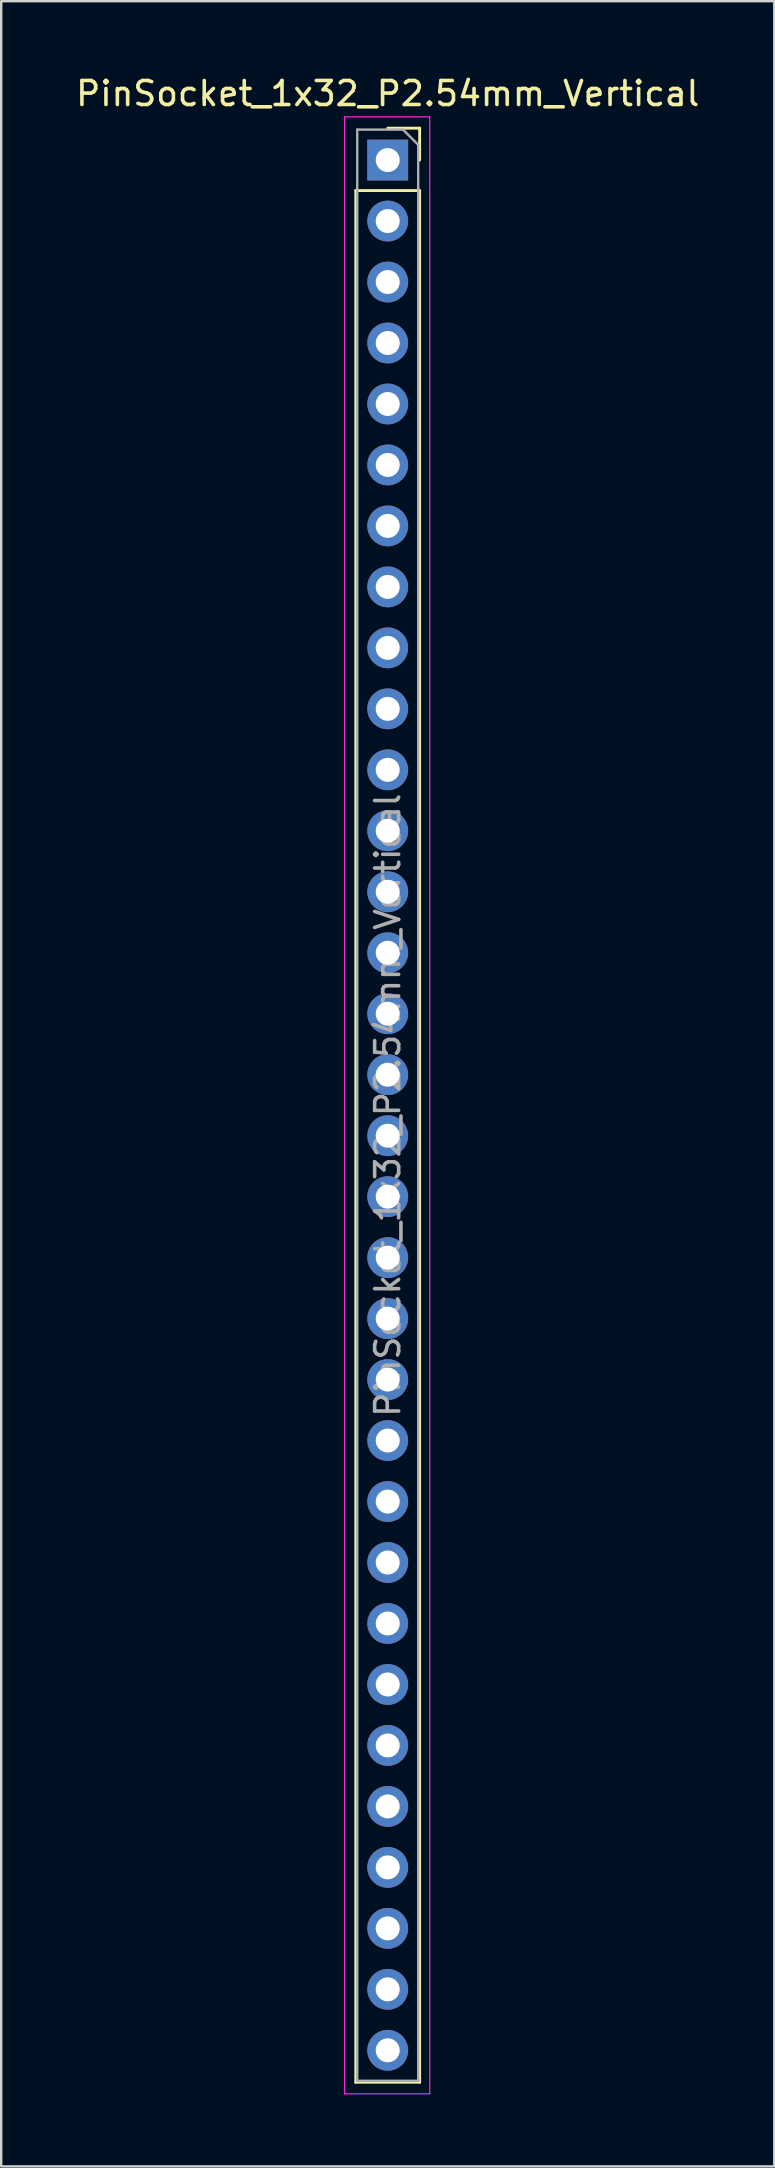
<source format=kicad_pcb>
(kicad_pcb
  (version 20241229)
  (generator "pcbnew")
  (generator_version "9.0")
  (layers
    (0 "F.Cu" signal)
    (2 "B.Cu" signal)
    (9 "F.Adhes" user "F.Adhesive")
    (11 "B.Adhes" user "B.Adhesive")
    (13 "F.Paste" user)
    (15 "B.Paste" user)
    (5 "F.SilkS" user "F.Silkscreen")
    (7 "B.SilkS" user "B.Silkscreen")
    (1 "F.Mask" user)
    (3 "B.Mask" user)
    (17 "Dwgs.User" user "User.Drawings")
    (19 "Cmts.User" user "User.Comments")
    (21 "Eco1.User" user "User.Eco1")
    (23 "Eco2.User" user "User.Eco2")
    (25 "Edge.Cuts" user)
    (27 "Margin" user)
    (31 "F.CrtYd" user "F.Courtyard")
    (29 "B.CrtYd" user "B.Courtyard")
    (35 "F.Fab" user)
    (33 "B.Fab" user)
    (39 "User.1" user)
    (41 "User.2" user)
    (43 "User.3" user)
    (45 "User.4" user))
  (footprint "PinSocket_1x32_P2.54mm_Vertical"
    (layer "F.Cu")
    (at 13.101 3.618)
    (property "Reference" "PinSocket_1x32_P2.54mm_Vertical" (at 0 -2.77 0) (layer "F.SilkS") (effects (font (size 1 1) (thickness 0.15))))
    (attr through_hole)
    (fp_line (start -1.33 1.27) (end -1.33 80.07) (stroke (width 0.12) (type solid)) (layer "F.SilkS"))
    (fp_line (start -1.33 1.27) (end 1.33 1.27) (stroke (width 0.12) (type solid)) (layer "F.SilkS"))
    (fp_line (start -1.33 80.07) (end 1.33 80.07) (stroke (width 0.12) (type solid)) (layer "F.SilkS"))
    (fp_line (start 0 -1.33) (end 1.33 -1.33) (stroke (width 0.12) (type solid)) (layer "F.SilkS"))
    (fp_line (start 1.33 -1.33) (end 1.33 0) (stroke (width 0.12) (type solid)) (layer "F.SilkS"))
    (fp_line (start 1.33 1.27) (end 1.33 80.07) (stroke (width 0.12) (type solid)) (layer "F.SilkS"))
    (fp_line (start -1.8 -1.8) (end 1.75 -1.8) (stroke (width 0.05) (type solid)) (layer "F.CrtYd"))
    (fp_line (start -1.8 80.55) (end -1.8 -1.8) (stroke (width 0.05) (type solid)) (layer "F.CrtYd"))
    (fp_line (start 1.75 -1.8) (end 1.75 80.55) (stroke (width 0.05) (type solid)) (layer "F.CrtYd"))
    (fp_line (start 1.75 80.55) (end -1.8 80.55) (stroke (width 0.05) (type solid)) (layer "F.CrtYd"))
    (fp_line (start -1.27 -1.27) (end 0.635 -1.27) (stroke (width 0.1) (type solid)) (layer "F.Fab"))
    (fp_line (start -1.27 80.01) (end -1.27 -1.27) (stroke (width 0.1) (type solid)) (layer "F.Fab"))
    (fp_line (start 0.635 -1.27) (end 1.27 -0.635) (stroke (width 0.1) (type solid)) (layer "F.Fab"))
    (fp_line (start 1.27 -0.635) (end 1.27 80.01) (stroke (width 0.1) (type solid)) (layer "F.Fab"))
    (fp_line (start 1.27 80.01) (end -1.27 80.01) (stroke (width 0.1) (type solid)) (layer "F.Fab"))
    (fp_text user "${REFERENCE}" (at 0 39.37 90) (layer "F.Fab") (effects (font (size 1 1) (thickness 0.15))))
    (pad "1" thru_hole rect (at 0 0) (size 1.7 1.7) (drill 1) (layers "*.Cu" "*.Mask"))
    (pad "2" thru_hole circle (at 0 2.54) (size 1.7 1.7) (drill 1) (layers "*.Cu" "*.Mask"))
    (pad "3" thru_hole circle (at 0 5.08) (size 1.7 1.7) (drill 1) (layers "*.Cu" "*.Mask"))
    (pad "4" thru_hole circle (at 0 7.62) (size 1.7 1.7) (drill 1) (layers "*.Cu" "*.Mask"))
    (pad "5" thru_hole circle (at 0 10.16) (size 1.7 1.7) (drill 1) (layers "*.Cu" "*.Mask"))
    (pad "6" thru_hole circle (at 0 12.7) (size 1.7 1.7) (drill 1) (layers "*.Cu" "*.Mask"))
    (pad "7" thru_hole circle (at 0 15.24) (size 1.7 1.7) (drill 1) (layers "*.Cu" "*.Mask"))
    (pad "8" thru_hole circle (at 0 17.78) (size 1.7 1.7) (drill 1) (layers "*.Cu" "*.Mask"))
    (pad "9" thru_hole circle (at 0 20.32) (size 1.7 1.7) (drill 1) (layers "*.Cu" "*.Mask"))
    (pad "10" thru_hole circle (at 0 22.86) (size 1.7 1.7) (drill 1) (layers "*.Cu" "*.Mask"))
    (pad "11" thru_hole circle (at 0 25.4) (size 1.7 1.7) (drill 1) (layers "*.Cu" "*.Mask"))
    (pad "12" thru_hole circle (at 0 27.94) (size 1.7 1.7) (drill 1) (layers "*.Cu" "*.Mask"))
    (pad "13" thru_hole circle (at 0 30.48) (size 1.7 1.7) (drill 1) (layers "*.Cu" "*.Mask"))
    (pad "14" thru_hole circle (at 0 33.02) (size 1.7 1.7) (drill 1) (layers "*.Cu" "*.Mask"))
    (pad "15" thru_hole circle (at 0 35.56) (size 1.7 1.7) (drill 1) (layers "*.Cu" "*.Mask"))
    (pad "16" thru_hole circle (at 0 38.1) (size 1.7 1.7) (drill 1) (layers "*.Cu" "*.Mask"))
    (pad "17" thru_hole circle (at 0 40.64) (size 1.7 1.7) (drill 1) (layers "*.Cu" "*.Mask"))
    (pad "18" thru_hole circle (at 0 43.18) (size 1.7 1.7) (drill 1) (layers "*.Cu" "*.Mask"))
    (pad "19" thru_hole circle (at 0 45.72) (size 1.7 1.7) (drill 1) (layers "*.Cu" "*.Mask"))
    (pad "20" thru_hole circle (at 0 48.26) (size 1.7 1.7) (drill 1) (layers "*.Cu" "*.Mask"))
    (pad "21" thru_hole circle (at 0 50.8) (size 1.7 1.7) (drill 1) (layers "*.Cu" "*.Mask"))
    (pad "22" thru_hole circle (at 0 53.34) (size 1.7 1.7) (drill 1) (layers "*.Cu" "*.Mask"))
    (pad "23" thru_hole circle (at 0 55.88) (size 1.7 1.7) (drill 1) (layers "*.Cu" "*.Mask"))
    (pad "24" thru_hole circle (at 0 58.42) (size 1.7 1.7) (drill 1) (layers "*.Cu" "*.Mask"))
    (pad "25" thru_hole circle (at 0 60.96) (size 1.7 1.7) (drill 1) (layers "*.Cu" "*.Mask"))
    (pad "26" thru_hole circle (at 0 63.5) (size 1.7 1.7) (drill 1) (layers "*.Cu" "*.Mask"))
    (pad "27" thru_hole circle (at 0 66.04) (size 1.7 1.7) (drill 1) (layers "*.Cu" "*.Mask"))
    (pad "28" thru_hole circle (at 0 68.58) (size 1.7 1.7) (drill 1) (layers "*.Cu" "*.Mask"))
    (pad "29" thru_hole circle (at 0 71.12) (size 1.7 1.7) (drill 1) (layers "*.Cu" "*.Mask"))
    (pad "30" thru_hole circle (at 0 73.66) (size 1.7 1.7) (drill 1) (layers "*.Cu" "*.Mask"))
    (pad "31" thru_hole circle (at 0 76.2) (size 1.7 1.7) (drill 1) (layers "*.Cu" "*.Mask"))
    (pad "32" thru_hole circle (at 0 78.74) (size 1.7 1.7) (drill 1) (layers "*.Cu" "*.Mask")))
  (gr_rect
    (start -3 -3)
    (end 29.202 87.193)
    (stroke (width 0.1) (type default))
    (fill no)
    (layer "Edge.Cuts")))
</source>
